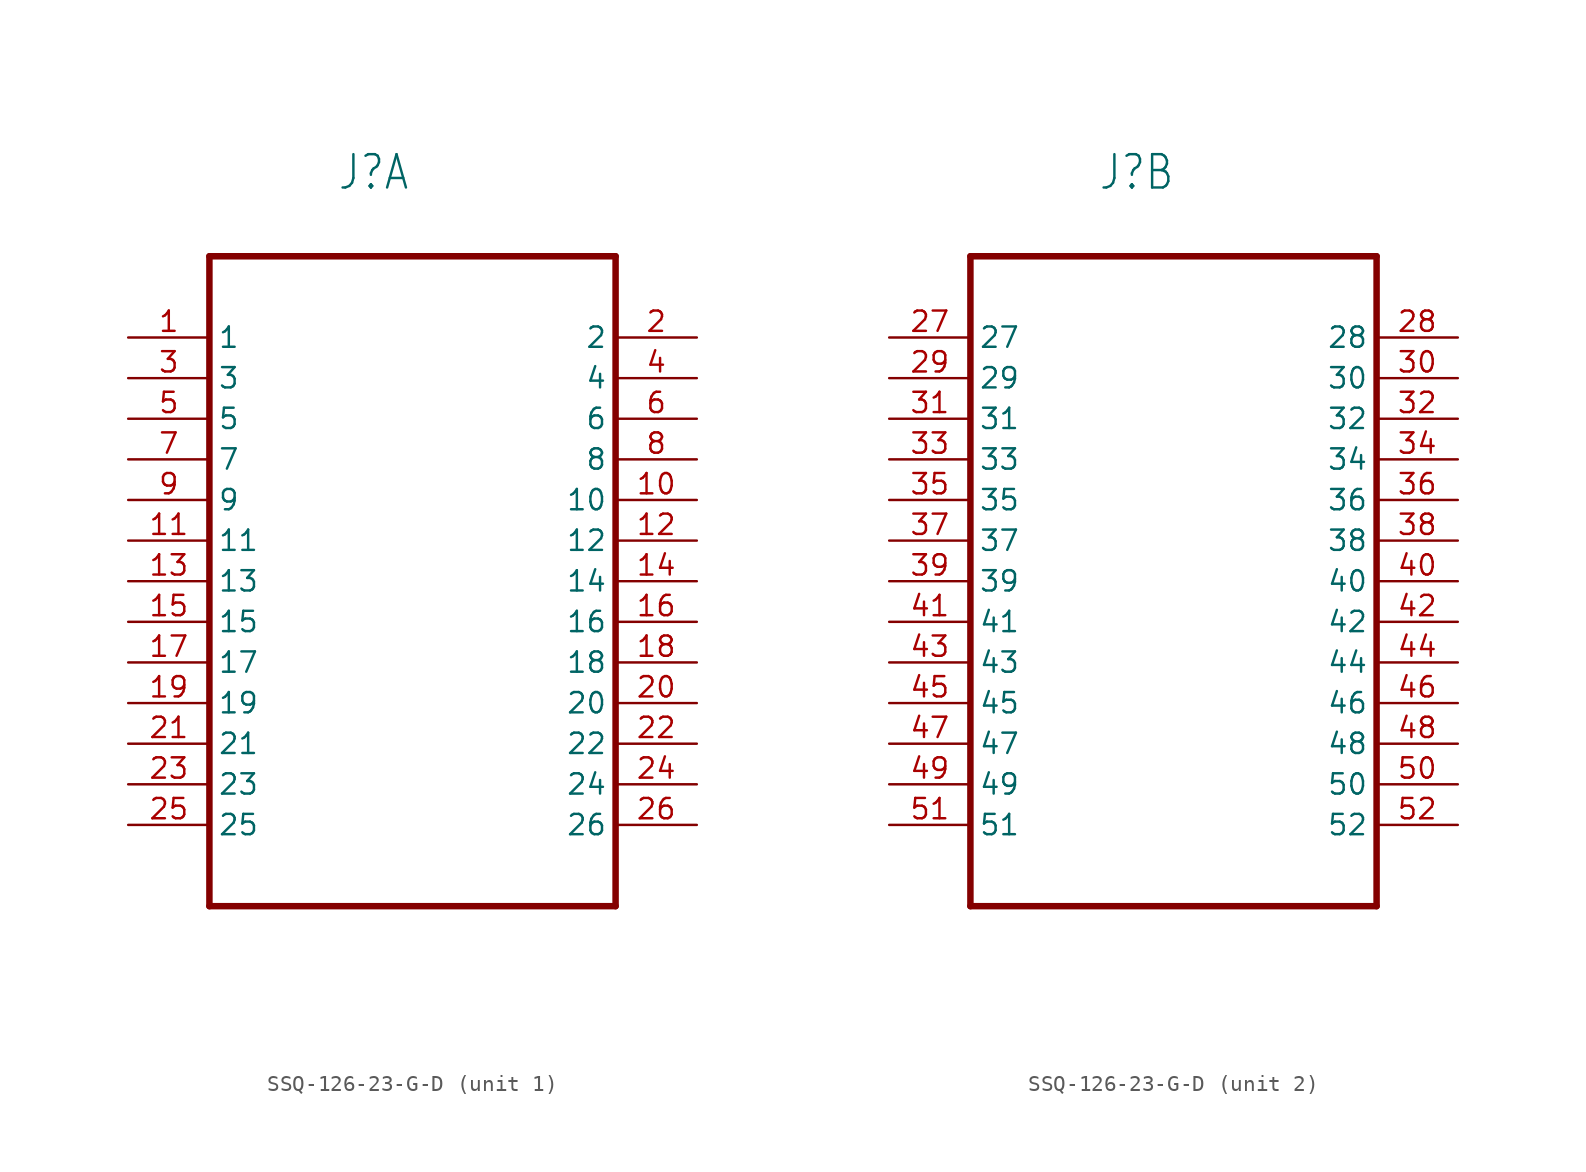
<source format=kicad_sym>
(kicad_symbol_lib
  (version 20220914)
  (generator kicad_symbol_editor)
  (symbol "SSQ-126-23-G-D"
    (property "Reference" "J"
      (at -4.724 21.819 0)
      (effects (font (size 2.083 1.77)) (justify left bottom)))
    (property "Value" ""
      (at -4.953 -27.635 0)
      (effects (font (size 2.083 1.77)) (justify left bottom)))
    (property "ki_locked" ""
      (at 0 0 0)
      (effects (font (size 1.27 1.27))))
    (symbol "SSQ-126-23-G-D_1_0"
      (polyline (pts (xy -12.7 -22.86) (xy 12.7 -22.86)) (stroke (width 0.406) (type solid)) (fill (type none)))
      (polyline (pts (xy -12.7 17.78) (xy -12.7 -22.86)) (stroke (width 0.406) (type solid)) (fill (type none)))
      (polyline (pts (xy 12.7 -22.86) (xy 12.7 17.78)) (stroke (width 0.406) (type solid)) (fill (type none)))
      (polyline (pts (xy 12.7 17.78) (xy -12.7 17.78)) (stroke (width 0.406) (type solid)) (fill (type none)))
      (pin passive line (at -17.78 12.7 0) (length 5.08) (name "1" (effects (font (size 1.27 1.27)))) (number "1" (effects (font (size 1.27 1.27)))))
      (pin passive line (at 17.78 2.54 180) (length 5.08) (name "10" (effects (font (size 1.27 1.27)))) (number "10" (effects (font (size 1.27 1.27)))))
      (pin passive line (at -17.78 0 0) (length 5.08) (name "11" (effects (font (size 1.27 1.27)))) (number "11" (effects (font (size 1.27 1.27)))))
      (pin passive line (at 17.78 0 180) (length 5.08) (name "12" (effects (font (size 1.27 1.27)))) (number "12" (effects (font (size 1.27 1.27)))))
      (pin passive line (at -17.78 -2.54 0) (length 5.08) (name "13" (effects (font (size 1.27 1.27)))) (number "13" (effects (font (size 1.27 1.27)))))
      (pin passive line (at 17.78 -2.54 180) (length 5.08) (name "14" (effects (font (size 1.27 1.27)))) (number "14" (effects (font (size 1.27 1.27)))))
      (pin passive line (at -17.78 -5.08 0) (length 5.08) (name "15" (effects (font (size 1.27 1.27)))) (number "15" (effects (font (size 1.27 1.27)))))
      (pin passive line (at 17.78 -5.08 180) (length 5.08) (name "16" (effects (font (size 1.27 1.27)))) (number "16" (effects (font (size 1.27 1.27)))))
      (pin passive line (at -17.78 -7.62 0) (length 5.08) (name "17" (effects (font (size 1.27 1.27)))) (number "17" (effects (font (size 1.27 1.27)))))
      (pin passive line (at 17.78 -7.62 180) (length 5.08) (name "18" (effects (font (size 1.27 1.27)))) (number "18" (effects (font (size 1.27 1.27)))))
      (pin passive line (at -17.78 -10.16 0) (length 5.08) (name "19" (effects (font (size 1.27 1.27)))) (number "19" (effects (font (size 1.27 1.27)))))
      (pin passive line (at 17.78 12.7 180) (length 5.08) (name "2" (effects (font (size 1.27 1.27)))) (number "2" (effects (font (size 1.27 1.27)))))
      (pin passive line (at 17.78 -10.16 180) (length 5.08) (name "20" (effects (font (size 1.27 1.27)))) (number "20" (effects (font (size 1.27 1.27)))))
      (pin passive line (at -17.78 -12.7 0) (length 5.08) (name "21" (effects (font (size 1.27 1.27)))) (number "21" (effects (font (size 1.27 1.27)))))
      (pin passive line (at 17.78 -12.7 180) (length 5.08) (name "22" (effects (font (size 1.27 1.27)))) (number "22" (effects (font (size 1.27 1.27)))))
      (pin passive line (at -17.78 -15.24 0) (length 5.08) (name "23" (effects (font (size 1.27 1.27)))) (number "23" (effects (font (size 1.27 1.27)))))
      (pin passive line (at 17.78 -15.24 180) (length 5.08) (name "24" (effects (font (size 1.27 1.27)))) (number "24" (effects (font (size 1.27 1.27)))))
      (pin passive line (at -17.78 -17.78 0) (length 5.08) (name "25" (effects (font (size 1.27 1.27)))) (number "25" (effects (font (size 1.27 1.27)))))
      (pin passive line (at 17.78 -17.78 180) (length 5.08) (name "26" (effects (font (size 1.27 1.27)))) (number "26" (effects (font (size 1.27 1.27)))))
      (pin passive line (at -17.78 10.16 0) (length 5.08) (name "3" (effects (font (size 1.27 1.27)))) (number "3" (effects (font (size 1.27 1.27)))))
      (pin passive line (at 17.78 10.16 180) (length 5.08) (name "4" (effects (font (size 1.27 1.27)))) (number "4" (effects (font (size 1.27 1.27)))))
      (pin passive line (at -17.78 7.62 0) (length 5.08) (name "5" (effects (font (size 1.27 1.27)))) (number "5" (effects (font (size 1.27 1.27)))))
      (pin passive line (at 17.78 7.62 180) (length 5.08) (name "6" (effects (font (size 1.27 1.27)))) (number "6" (effects (font (size 1.27 1.27)))))
      (pin passive line (at -17.78 5.08 0) (length 5.08) (name "7" (effects (font (size 1.27 1.27)))) (number "7" (effects (font (size 1.27 1.27)))))
      (pin passive line (at 17.78 5.08 180) (length 5.08) (name "8" (effects (font (size 1.27 1.27)))) (number "8" (effects (font (size 1.27 1.27)))))
      (pin passive line (at -17.78 2.54 0) (length 5.08) (name "9" (effects (font (size 1.27 1.27)))) (number "9" (effects (font (size 1.27 1.27))))))
    (symbol "SSQ-126-23-G-D_2_0"
      (polyline (pts (xy -12.7 -22.86) (xy 12.7 -22.86)) (stroke (width 0.406) (type solid)) (fill (type none)))
      (polyline (pts (xy -12.7 17.78) (xy -12.7 -22.86)) (stroke (width 0.406) (type solid)) (fill (type none)))
      (polyline (pts (xy 12.7 -22.86) (xy 12.7 17.78)) (stroke (width 0.406) (type solid)) (fill (type none)))
      (polyline (pts (xy 12.7 17.78) (xy -12.7 17.78)) (stroke (width 0.406) (type solid)) (fill (type none)))
      (pin passive line (at -17.78 12.7 0) (length 5.08) (name "27" (effects (font (size 1.27 1.27)))) (number "27" (effects (font (size 1.27 1.27)))))
      (pin passive line (at 17.78 12.7 180) (length 5.08) (name "28" (effects (font (size 1.27 1.27)))) (number "28" (effects (font (size 1.27 1.27)))))
      (pin passive line (at -17.78 10.16 0) (length 5.08) (name "29" (effects (font (size 1.27 1.27)))) (number "29" (effects (font (size 1.27 1.27)))))
      (pin passive line (at 17.78 10.16 180) (length 5.08) (name "30" (effects (font (size 1.27 1.27)))) (number "30" (effects (font (size 1.27 1.27)))))
      (pin passive line (at -17.78 7.62 0) (length 5.08) (name "31" (effects (font (size 1.27 1.27)))) (number "31" (effects (font (size 1.27 1.27)))))
      (pin passive line (at 17.78 7.62 180) (length 5.08) (name "32" (effects (font (size 1.27 1.27)))) (number "32" (effects (font (size 1.27 1.27)))))
      (pin passive line (at -17.78 5.08 0) (length 5.08) (name "33" (effects (font (size 1.27 1.27)))) (number "33" (effects (font (size 1.27 1.27)))))
      (pin passive line (at 17.78 5.08 180) (length 5.08) (name "34" (effects (font (size 1.27 1.27)))) (number "34" (effects (font (size 1.27 1.27)))))
      (pin passive line (at -17.78 2.54 0) (length 5.08) (name "35" (effects (font (size 1.27 1.27)))) (number "35" (effects (font (size 1.27 1.27)))))
      (pin passive line (at 17.78 2.54 180) (length 5.08) (name "36" (effects (font (size 1.27 1.27)))) (number "36" (effects (font (size 1.27 1.27)))))
      (pin passive line (at -17.78 0 0) (length 5.08) (name "37" (effects (font (size 1.27 1.27)))) (number "37" (effects (font (size 1.27 1.27)))))
      (pin passive line (at 17.78 0 180) (length 5.08) (name "38" (effects (font (size 1.27 1.27)))) (number "38" (effects (font (size 1.27 1.27)))))
      (pin passive line (at -17.78 -2.54 0) (length 5.08) (name "39" (effects (font (size 1.27 1.27)))) (number "39" (effects (font (size 1.27 1.27)))))
      (pin passive line (at 17.78 -2.54 180) (length 5.08) (name "40" (effects (font (size 1.27 1.27)))) (number "40" (effects (font (size 1.27 1.27)))))
      (pin passive line (at -17.78 -5.08 0) (length 5.08) (name "41" (effects (font (size 1.27 1.27)))) (number "41" (effects (font (size 1.27 1.27)))))
      (pin passive line (at 17.78 -5.08 180) (length 5.08) (name "42" (effects (font (size 1.27 1.27)))) (number "42" (effects (font (size 1.27 1.27)))))
      (pin passive line (at -17.78 -7.62 0) (length 5.08) (name "43" (effects (font (size 1.27 1.27)))) (number "43" (effects (font (size 1.27 1.27)))))
      (pin passive line (at 17.78 -7.62 180) (length 5.08) (name "44" (effects (font (size 1.27 1.27)))) (number "44" (effects (font (size 1.27 1.27)))))
      (pin passive line (at -17.78 -10.16 0) (length 5.08) (name "45" (effects (font (size 1.27 1.27)))) (number "45" (effects (font (size 1.27 1.27)))))
      (pin passive line (at 17.78 -10.16 180) (length 5.08) (name "46" (effects (font (size 1.27 1.27)))) (number "46" (effects (font (size 1.27 1.27)))))
      (pin passive line (at -17.78 -12.7 0) (length 5.08) (name "47" (effects (font (size 1.27 1.27)))) (number "47" (effects (font (size 1.27 1.27)))))
      (pin passive line (at 17.78 -12.7 180) (length 5.08) (name "48" (effects (font (size 1.27 1.27)))) (number "48" (effects (font (size 1.27 1.27)))))
      (pin passive line (at -17.78 -15.24 0) (length 5.08) (name "49" (effects (font (size 1.27 1.27)))) (number "49" (effects (font (size 1.27 1.27)))))
      (pin passive line (at 17.78 -15.24 180) (length 5.08) (name "50" (effects (font (size 1.27 1.27)))) (number "50" (effects (font (size 1.27 1.27)))))
      (pin passive line (at -17.78 -17.78 0) (length 5.08) (name "51" (effects (font (size 1.27 1.27)))) (number "51" (effects (font (size 1.27 1.27)))))
      (pin passive line (at 17.78 -17.78 180) (length 5.08) (name "52" (effects (font (size 1.27 1.27)))) (number "52" (effects (font (size 1.27 1.27))))))))
</source>
